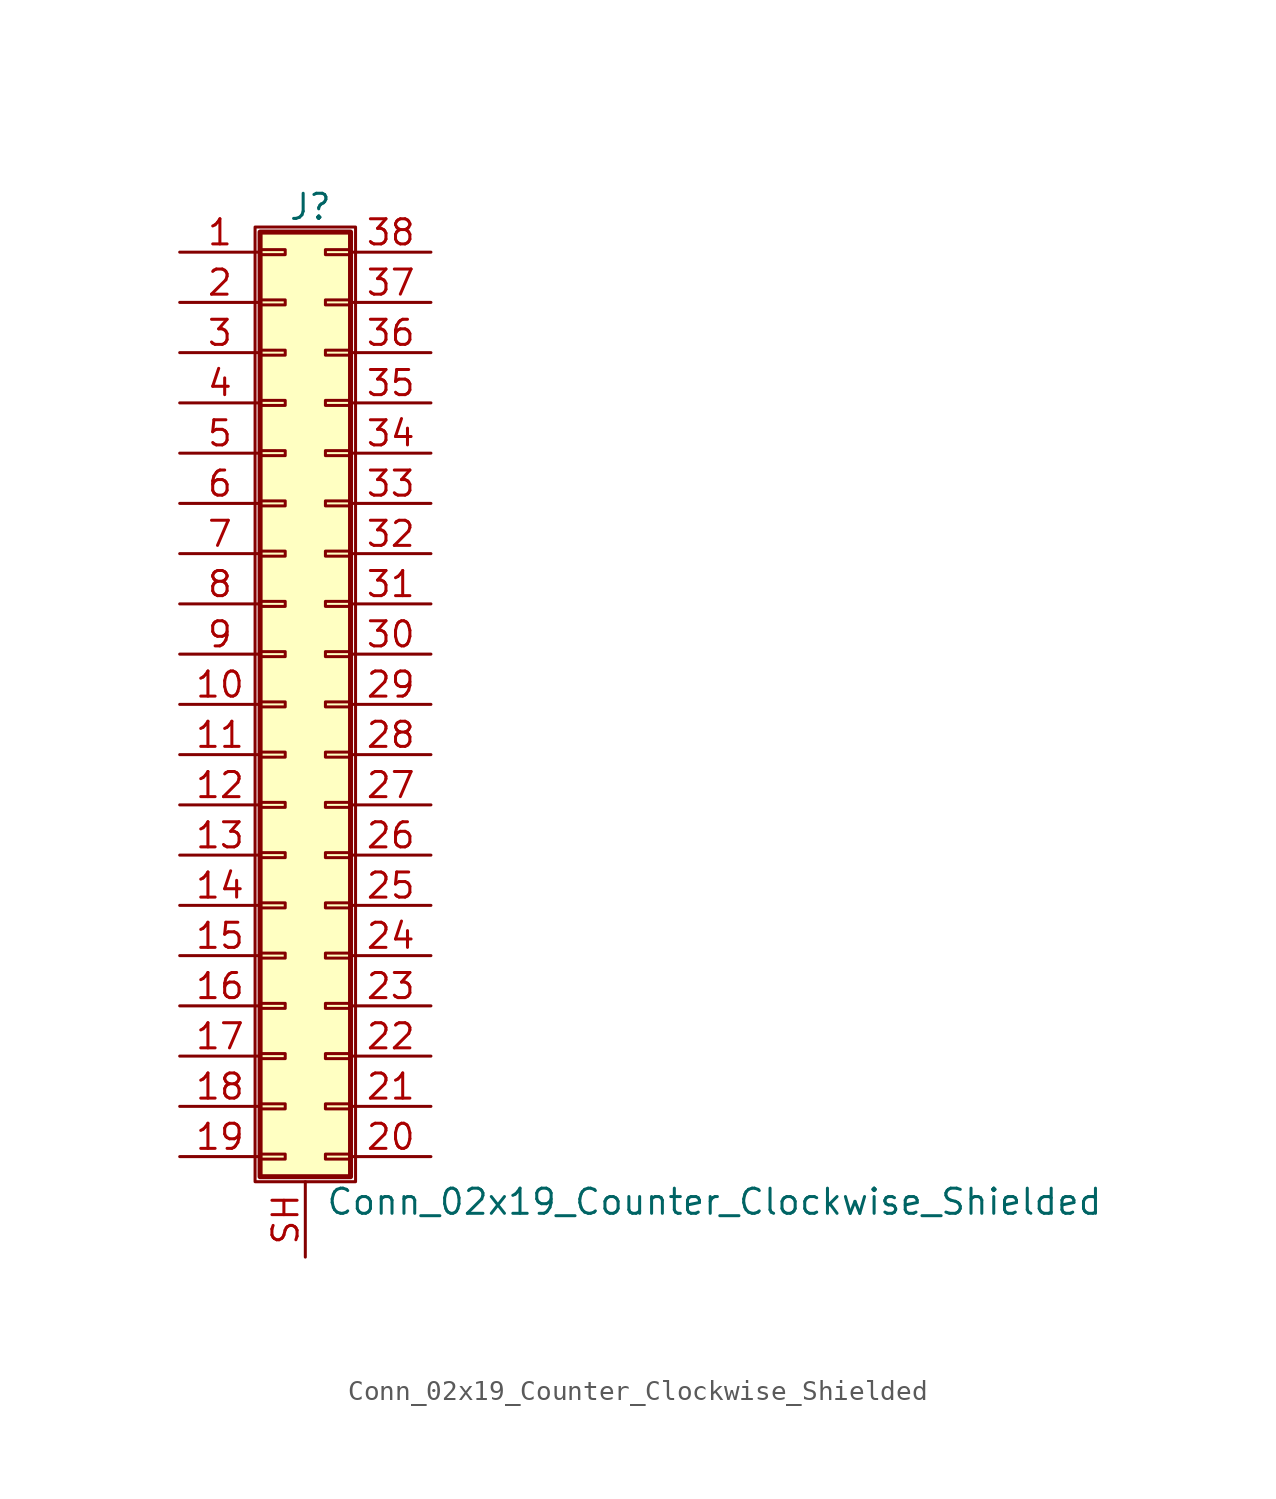
<source format=kicad_sym>
(kicad_symbol_lib
  (version 20211014)
  (generator kicad_symbol_editor)
  (symbol "Conn_02x19_Counter_Clockwise_Shielded"
    (pin_names
      (offset 1.016) hide)
    (property "Reference" "J"
      (at 1.524 25.146 0)
      (effects (font (size 1.27 1.27))))
    (property "Value" "Conn_02x19_Counter_Clockwise_Shielded"
      (at 2.286 -25.146 0)
      (effects (font (size 1.27 1.27)) (justify left)))
    (symbol "Conn_02x19_Counter_Clockwise_Shielded_1_1"
      (rectangle (start -1.27 24.13) (end 3.81 -24.13) (stroke (width 0.152) (type default) (color 0 0 0 0)) (fill (type none)))
      (rectangle (start -1.016 -22.733) (end 0.254 -22.987) (stroke (width 0.152) (type default) (color 0 0 0 0)) (fill (type none)))
      (rectangle (start -1.016 -20.193) (end 0.254 -20.447) (stroke (width 0.152) (type default) (color 0 0 0 0)) (fill (type none)))
      (rectangle (start -1.016 -17.653) (end 0.254 -17.907) (stroke (width 0.152) (type default) (color 0 0 0 0)) (fill (type none)))
      (rectangle (start -1.016 -15.113) (end 0.254 -15.367) (stroke (width 0.152) (type default) (color 0 0 0 0)) (fill (type none)))
      (rectangle (start -1.016 -12.573) (end 0.254 -12.827) (stroke (width 0.152) (type default) (color 0 0 0 0)) (fill (type none)))
      (rectangle (start -1.016 -10.033) (end 0.254 -10.287) (stroke (width 0.152) (type default) (color 0 0 0 0)) (fill (type none)))
      (rectangle (start -1.016 -7.493) (end 0.254 -7.747) (stroke (width 0.152) (type default) (color 0 0 0 0)) (fill (type none)))
      (rectangle (start -1.016 -4.953) (end 0.254 -5.207) (stroke (width 0.152) (type default) (color 0 0 0 0)) (fill (type none)))
      (rectangle (start -1.016 -2.413) (end 0.254 -2.667) (stroke (width 0.152) (type default) (color 0 0 0 0)) (fill (type none)))
      (rectangle (start -1.016 0.127) (end 0.254 -0.127) (stroke (width 0.152) (type default) (color 0 0 0 0)) (fill (type none)))
      (rectangle (start -1.016 2.667) (end 0.254 2.413) (stroke (width 0.152) (type default) (color 0 0 0 0)) (fill (type none)))
      (rectangle (start -1.016 5.207) (end 0.254 4.953) (stroke (width 0.152) (type default) (color 0 0 0 0)) (fill (type none)))
      (rectangle (start -1.016 7.747) (end 0.254 7.493) (stroke (width 0.152) (type default) (color 0 0 0 0)) (fill (type none)))
      (rectangle (start -1.016 10.287) (end 0.254 10.033) (stroke (width 0.152) (type default) (color 0 0 0 0)) (fill (type none)))
      (rectangle (start -1.016 12.827) (end 0.254 12.573) (stroke (width 0.152) (type default) (color 0 0 0 0)) (fill (type none)))
      (rectangle (start -1.016 15.367) (end 0.254 15.113) (stroke (width 0.152) (type default) (color 0 0 0 0)) (fill (type none)))
      (rectangle (start -1.016 17.907) (end 0.254 17.653) (stroke (width 0.152) (type default) (color 0 0 0 0)) (fill (type none)))
      (rectangle (start -1.016 20.447) (end 0.254 20.193) (stroke (width 0.152) (type default) (color 0 0 0 0)) (fill (type none)))
      (rectangle (start -1.016 22.987) (end 0.254 22.733) (stroke (width 0.152) (type default) (color 0 0 0 0)) (fill (type none)))
      (rectangle (start -1.016 23.876) (end 3.556 -23.876) (stroke (width 0.254) (type default) (color 0 0 0 0)) (fill (type background)))
      (rectangle (start 3.556 -22.733) (end 2.286 -22.987) (stroke (width 0.152) (type default) (color 0 0 0 0)) (fill (type none)))
      (rectangle (start 3.556 -20.193) (end 2.286 -20.447) (stroke (width 0.152) (type default) (color 0 0 0 0)) (fill (type none)))
      (rectangle (start 3.556 -17.653) (end 2.286 -17.907) (stroke (width 0.152) (type default) (color 0 0 0 0)) (fill (type none)))
      (rectangle (start 3.556 -15.113) (end 2.286 -15.367) (stroke (width 0.152) (type default) (color 0 0 0 0)) (fill (type none)))
      (rectangle (start 3.556 -12.573) (end 2.286 -12.827) (stroke (width 0.152) (type default) (color 0 0 0 0)) (fill (type none)))
      (rectangle (start 3.556 -10.033) (end 2.286 -10.287) (stroke (width 0.152) (type default) (color 0 0 0 0)) (fill (type none)))
      (rectangle (start 3.556 -7.493) (end 2.286 -7.747) (stroke (width 0.152) (type default) (color 0 0 0 0)) (fill (type none)))
      (rectangle (start 3.556 -4.953) (end 2.286 -5.207) (stroke (width 0.152) (type default) (color 0 0 0 0)) (fill (type none)))
      (rectangle (start 3.556 -2.413) (end 2.286 -2.667) (stroke (width 0.152) (type default) (color 0 0 0 0)) (fill (type none)))
      (rectangle (start 3.556 0.127) (end 2.286 -0.127) (stroke (width 0.152) (type default) (color 0 0 0 0)) (fill (type none)))
      (rectangle (start 3.556 2.667) (end 2.286 2.413) (stroke (width 0.152) (type default) (color 0 0 0 0)) (fill (type none)))
      (rectangle (start 3.556 5.207) (end 2.286 4.953) (stroke (width 0.152) (type default) (color 0 0 0 0)) (fill (type none)))
      (rectangle (start 3.556 7.747) (end 2.286 7.493) (stroke (width 0.152) (type default) (color 0 0 0 0)) (fill (type none)))
      (rectangle (start 3.556 10.287) (end 2.286 10.033) (stroke (width 0.152) (type default) (color 0 0 0 0)) (fill (type none)))
      (rectangle (start 3.556 12.827) (end 2.286 12.573) (stroke (width 0.152) (type default) (color 0 0 0 0)) (fill (type none)))
      (rectangle (start 3.556 15.367) (end 2.286 15.113) (stroke (width 0.152) (type default) (color 0 0 0 0)) (fill (type none)))
      (rectangle (start 3.556 17.907) (end 2.286 17.653) (stroke (width 0.152) (type default) (color 0 0 0 0)) (fill (type none)))
      (rectangle (start 3.556 20.447) (end 2.286 20.193) (stroke (width 0.152) (type default) (color 0 0 0 0)) (fill (type none)))
      (rectangle (start 3.556 22.987) (end 2.286 22.733) (stroke (width 0.152) (type default) (color 0 0 0 0)) (fill (type none)))
      (pin passive line (at -5.08 22.86 0) (length 4.064) (name "Pin_1" (effects (font (size 1.27 1.27)))) (number "1" (effects (font (size 1.27 1.27)))))
      (pin passive line (at -5.08 0 0) (length 4.064) (name "Pin_10" (effects (font (size 1.27 1.27)))) (number "10" (effects (font (size 1.27 1.27)))))
      (pin passive line (at -5.08 -2.54 0) (length 4.064) (name "Pin_11" (effects (font (size 1.27 1.27)))) (number "11" (effects (font (size 1.27 1.27)))))
      (pin passive line (at -5.08 -5.08 0) (length 4.064) (name "Pin_12" (effects (font (size 1.27 1.27)))) (number "12" (effects (font (size 1.27 1.27)))))
      (pin passive line (at -5.08 -7.62 0) (length 4.064) (name "Pin_13" (effects (font (size 1.27 1.27)))) (number "13" (effects (font (size 1.27 1.27)))))
      (pin passive line (at -5.08 -10.16 0) (length 4.064) (name "Pin_14" (effects (font (size 1.27 1.27)))) (number "14" (effects (font (size 1.27 1.27)))))
      (pin passive line (at -5.08 -12.7 0) (length 4.064) (name "Pin_15" (effects (font (size 1.27 1.27)))) (number "15" (effects (font (size 1.27 1.27)))))
      (pin passive line (at -5.08 -15.24 0) (length 4.064) (name "Pin_16" (effects (font (size 1.27 1.27)))) (number "16" (effects (font (size 1.27 1.27)))))
      (pin passive line (at -5.08 -17.78 0) (length 4.064) (name "Pin_17" (effects (font (size 1.27 1.27)))) (number "17" (effects (font (size 1.27 1.27)))))
      (pin passive line (at -5.08 -20.32 0) (length 4.064) (name "Pin_18" (effects (font (size 1.27 1.27)))) (number "18" (effects (font (size 1.27 1.27)))))
      (pin passive line (at -5.08 -22.86 0) (length 4.064) (name "Pin_19" (effects (font (size 1.27 1.27)))) (number "19" (effects (font (size 1.27 1.27)))))
      (pin passive line (at -5.08 20.32 0) (length 4.064) (name "Pin_2" (effects (font (size 1.27 1.27)))) (number "2" (effects (font (size 1.27 1.27)))))
      (pin passive line (at 7.62 -22.86 180) (length 4.064) (name "Pin_20" (effects (font (size 1.27 1.27)))) (number "20" (effects (font (size 1.27 1.27)))))
      (pin passive line (at 7.62 -20.32 180) (length 4.064) (name "Pin_21" (effects (font (size 1.27 1.27)))) (number "21" (effects (font (size 1.27 1.27)))))
      (pin passive line (at 7.62 -17.78 180) (length 4.064) (name "Pin_22" (effects (font (size 1.27 1.27)))) (number "22" (effects (font (size 1.27 1.27)))))
      (pin passive line (at 7.62 -15.24 180) (length 4.064) (name "Pin_23" (effects (font (size 1.27 1.27)))) (number "23" (effects (font (size 1.27 1.27)))))
      (pin passive line (at 7.62 -12.7 180) (length 4.064) (name "Pin_24" (effects (font (size 1.27 1.27)))) (number "24" (effects (font (size 1.27 1.27)))))
      (pin passive line (at 7.62 -10.16 180) (length 4.064) (name "Pin_25" (effects (font (size 1.27 1.27)))) (number "25" (effects (font (size 1.27 1.27)))))
      (pin passive line (at 7.62 -7.62 180) (length 4.064) (name "Pin_26" (effects (font (size 1.27 1.27)))) (number "26" (effects (font (size 1.27 1.27)))))
      (pin passive line (at 7.62 -5.08 180) (length 4.064) (name "Pin_27" (effects (font (size 1.27 1.27)))) (number "27" (effects (font (size 1.27 1.27)))))
      (pin passive line (at 7.62 -2.54 180) (length 4.064) (name "Pin_28" (effects (font (size 1.27 1.27)))) (number "28" (effects (font (size 1.27 1.27)))))
      (pin passive line (at 7.62 0 180) (length 4.064) (name "Pin_29" (effects (font (size 1.27 1.27)))) (number "29" (effects (font (size 1.27 1.27)))))
      (pin passive line (at -5.08 17.78 0) (length 4.064) (name "Pin_3" (effects (font (size 1.27 1.27)))) (number "3" (effects (font (size 1.27 1.27)))))
      (pin passive line (at 7.62 2.54 180) (length 4.064) (name "Pin_30" (effects (font (size 1.27 1.27)))) (number "30" (effects (font (size 1.27 1.27)))))
      (pin passive line (at 7.62 5.08 180) (length 4.064) (name "Pin_31" (effects (font (size 1.27 1.27)))) (number "31" (effects (font (size 1.27 1.27)))))
      (pin passive line (at 7.62 7.62 180) (length 4.064) (name "Pin_32" (effects (font (size 1.27 1.27)))) (number "32" (effects (font (size 1.27 1.27)))))
      (pin passive line (at 7.62 10.16 180) (length 4.064) (name "Pin_33" (effects (font (size 1.27 1.27)))) (number "33" (effects (font (size 1.27 1.27)))))
      (pin passive line (at 7.62 12.7 180) (length 4.064) (name "Pin_34" (effects (font (size 1.27 1.27)))) (number "34" (effects (font (size 1.27 1.27)))))
      (pin passive line (at 7.62 15.24 180) (length 4.064) (name "Pin_35" (effects (font (size 1.27 1.27)))) (number "35" (effects (font (size 1.27 1.27)))))
      (pin passive line (at 7.62 17.78 180) (length 4.064) (name "Pin_36" (effects (font (size 1.27 1.27)))) (number "36" (effects (font (size 1.27 1.27)))))
      (pin passive line (at 7.62 20.32 180) (length 4.064) (name "Pin_37" (effects (font (size 1.27 1.27)))) (number "37" (effects (font (size 1.27 1.27)))))
      (pin passive line (at 7.62 22.86 180) (length 4.064) (name "Pin_38" (effects (font (size 1.27 1.27)))) (number "38" (effects (font (size 1.27 1.27)))))
      (pin passive line (at -5.08 15.24 0) (length 4.064) (name "Pin_4" (effects (font (size 1.27 1.27)))) (number "4" (effects (font (size 1.27 1.27)))))
      (pin passive line (at -5.08 12.7 0) (length 4.064) (name "Pin_5" (effects (font (size 1.27 1.27)))) (number "5" (effects (font (size 1.27 1.27)))))
      (pin passive line (at -5.08 10.16 0) (length 4.064) (name "Pin_6" (effects (font (size 1.27 1.27)))) (number "6" (effects (font (size 1.27 1.27)))))
      (pin passive line (at -5.08 7.62 0) (length 4.064) (name "Pin_7" (effects (font (size 1.27 1.27)))) (number "7" (effects (font (size 1.27 1.27)))))
      (pin passive line (at -5.08 5.08 0) (length 4.064) (name "Pin_8" (effects (font (size 1.27 1.27)))) (number "8" (effects (font (size 1.27 1.27)))))
      (pin passive line (at -5.08 2.54 0) (length 4.064) (name "Pin_9" (effects (font (size 1.27 1.27)))) (number "9" (effects (font (size 1.27 1.27)))))
      (pin passive line (at 1.27 -27.94 90) (length 3.81) (name "Shield" (effects (font (size 1.27 1.27)))) (number "SH" (effects (font (size 1.27 1.27))))))))
</source>
